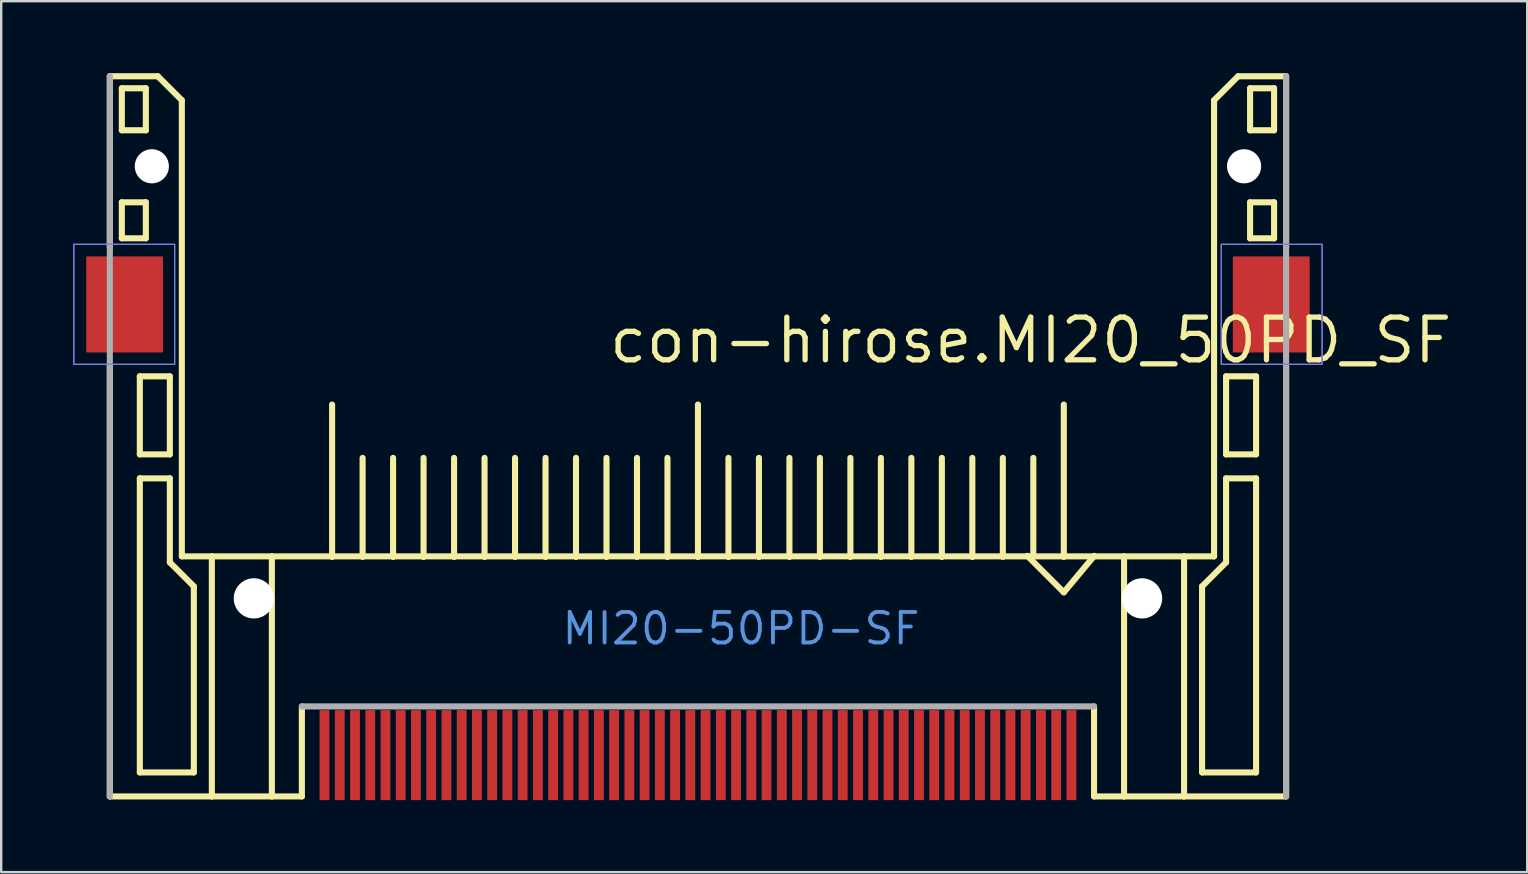
<source format=kicad_pcb>
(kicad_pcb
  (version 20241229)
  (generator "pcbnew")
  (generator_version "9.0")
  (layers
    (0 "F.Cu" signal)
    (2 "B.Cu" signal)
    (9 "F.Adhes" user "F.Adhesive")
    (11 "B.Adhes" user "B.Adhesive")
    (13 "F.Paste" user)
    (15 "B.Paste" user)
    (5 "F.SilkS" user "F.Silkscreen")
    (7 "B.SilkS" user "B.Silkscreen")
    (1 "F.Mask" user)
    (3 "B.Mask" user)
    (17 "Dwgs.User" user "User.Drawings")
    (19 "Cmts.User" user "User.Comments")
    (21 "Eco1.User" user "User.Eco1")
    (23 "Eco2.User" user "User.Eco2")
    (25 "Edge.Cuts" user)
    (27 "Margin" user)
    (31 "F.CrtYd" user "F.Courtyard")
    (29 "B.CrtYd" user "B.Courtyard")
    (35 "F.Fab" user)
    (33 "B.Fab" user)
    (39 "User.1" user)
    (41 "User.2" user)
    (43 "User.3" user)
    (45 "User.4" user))
  (footprint "con-hirose.MI20_50PD_SF"
    (layer "F.Cu")
    (at 26.025 9.627)
    (property "Reference" "con-hirose.MI20_50PD_SF" (at -3.81 2.54 0) (layer "F.SilkS") (effects (font (size 1.778 1.778) (thickness 0.22)) (justify left bottom)))
    (attr smd)
    (fp_rect (start -25.826 2.223) (end -22.016 -2.223) (stroke (width 0.05) (type default)) (fill yes) (layer "F.Mask"))
    (fp_rect (start 22.066 2.223) (end 25.718 -2.223) (stroke (width 0.05) (type default)) (fill yes) (layer "F.Mask"))
    (fp_line (start -24.5 -2.36) (end -24.5 -9.5) (stroke (width 0.254) (type default)) (layer "F.SilkS"))
    (fp_line (start -24.5 20.5) (end -24.5 2.565) (stroke (width 0.254) (type default)) (layer "F.SilkS"))
    (fp_line (start -24 -9) (end -23 -9) (stroke (width 0.254) (type default)) (layer "F.SilkS"))
    (fp_line (start -24 -7.25) (end -24 -9) (stroke (width 0.254) (type default)) (layer "F.SilkS"))
    (fp_line (start -24 -4.25) (end -23 -4.25) (stroke (width 0.254) (type default)) (layer "F.SilkS"))
    (fp_line (start -24 -2.75) (end -24 -4.25) (stroke (width 0.254) (type default)) (layer "F.SilkS"))
    (fp_line (start -23.25 3) (end -23.25 6.25) (stroke (width 0.254) (type default)) (layer "F.SilkS"))
    (fp_line (start -23.25 6.25) (end -22 6.25) (stroke (width 0.254) (type default)) (layer "F.SilkS"))
    (fp_line (start -23.25 7.25) (end -23.25 19.5) (stroke (width 0.254) (type default)) (layer "F.SilkS"))
    (fp_line (start -23.25 19.5) (end -21 19.5) (stroke (width 0.254) (type default)) (layer "F.SilkS"))
    (fp_line (start -23 -9) (end -23 -7.25) (stroke (width 0.254) (type default)) (layer "F.SilkS"))
    (fp_line (start -23 -7.25) (end -24 -7.25) (stroke (width 0.254) (type default)) (layer "F.SilkS"))
    (fp_line (start -23 -4.25) (end -23 -2.75) (stroke (width 0.254) (type default)) (layer "F.SilkS"))
    (fp_line (start -23 -2.75) (end -24 -2.75) (stroke (width 0.254) (type default)) (layer "F.SilkS"))
    (fp_line (start -22.5 -9.5) (end -24.5 -9.5) (stroke (width 0.254) (type default)) (layer "F.SilkS"))
    (fp_line (start -22 3) (end -23.25 3) (stroke (width 0.254) (type default)) (layer "F.SilkS"))
    (fp_line (start -22 6.25) (end -22 3) (stroke (width 0.254) (type default)) (layer "F.SilkS"))
    (fp_line (start -22 7.25) (end -23.25 7.25) (stroke (width 0.254) (type default)) (layer "F.SilkS"))
    (fp_line (start -22 10.75) (end -22 7.25) (stroke (width 0.254) (type default)) (layer "F.SilkS"))
    (fp_line (start -21.5 -8.5) (end -22.5 -9.5) (stroke (width 0.254) (type default)) (layer "F.SilkS"))
    (fp_line (start -21.5 10.5) (end -21.5 -8.5) (stroke (width 0.254) (type default)) (layer "F.SilkS"))
    (fp_line (start -21.5 10.5) (end -20.25 10.5) (stroke (width 0.254) (type default)) (layer "F.SilkS"))
    (fp_line (start -21 11.75) (end -22 10.75) (stroke (width 0.254) (type default)) (layer "F.SilkS"))
    (fp_line (start -21 19.5) (end -21 11.75) (stroke (width 0.254) (type default)) (layer "F.SilkS"))
    (fp_line (start -20.25 10.5) (end -20.25 20.5) (stroke (width 0.254) (type default)) (layer "F.SilkS"))
    (fp_line (start -20.25 10.5) (end -17.75 10.5) (stroke (width 0.254) (type default)) (layer "F.SilkS"))
    (fp_line (start -20.25 20.5) (end -24.5 20.5) (stroke (width 0.254) (type default)) (layer "F.SilkS"))
    (fp_line (start -17.75 10.5) (end -17.75 20.5) (stroke (width 0.254) (type default)) (layer "F.SilkS"))
    (fp_line (start -17.75 10.5) (end 17.75 10.5) (stroke (width 0.254) (type default)) (layer "F.SilkS"))
    (fp_line (start -17.75 20.5) (end -20.25 20.5) (stroke (width 0.254) (type default)) (layer "F.SilkS"))
    (fp_line (start -16.5 16.75) (end -16.5 20.5) (stroke (width 0.254) (type default)) (layer "F.SilkS"))
    (fp_line (start -16.5 20.5) (end -17.75 20.5) (stroke (width 0.254) (type default)) (layer "F.SilkS"))
    (fp_line (start -15.24 10.525) (end -15.24 4.175) (stroke (width 0.254) (type default)) (layer "F.SilkS"))
    (fp_line (start -13.97 10.525) (end -13.97 6.397) (stroke (width 0.254) (type default)) (layer "F.SilkS"))
    (fp_line (start -12.7 10.525) (end -12.7 6.397) (stroke (width 0.254) (type default)) (layer "F.SilkS"))
    (fp_line (start -11.43 10.525) (end -11.43 6.397) (stroke (width 0.254) (type default)) (layer "F.SilkS"))
    (fp_line (start -10.16 10.525) (end -10.16 6.397) (stroke (width 0.254) (type default)) (layer "F.SilkS"))
    (fp_line (start -8.89 10.525) (end -8.89 6.397) (stroke (width 0.254) (type default)) (layer "F.SilkS"))
    (fp_line (start -7.62 10.525) (end -7.62 6.397) (stroke (width 0.254) (type default)) (layer "F.SilkS"))
    (fp_line (start -6.35 10.525) (end -6.35 6.397) (stroke (width 0.254) (type default)) (layer "F.SilkS"))
    (fp_line (start -5.08 10.525) (end -5.08 6.397) (stroke (width 0.254) (type default)) (layer "F.SilkS"))
    (fp_line (start -3.81 10.525) (end -3.81 6.397) (stroke (width 0.254) (type default)) (layer "F.SilkS"))
    (fp_line (start -2.54 10.525) (end -2.54 6.397) (stroke (width 0.254) (type default)) (layer "F.SilkS"))
    (fp_line (start -1.27 10.525) (end -1.27 6.397) (stroke (width 0.254) (type default)) (layer "F.SilkS"))
    (fp_line (start 0 10.525) (end 0 4.175) (stroke (width 0.254) (type default)) (layer "F.SilkS"))
    (fp_line (start 1.27 10.525) (end 1.27 6.397) (stroke (width 0.254) (type default)) (layer "F.SilkS"))
    (fp_line (start 2.54 10.525) (end 2.54 6.397) (stroke (width 0.254) (type default)) (layer "F.SilkS"))
    (fp_line (start 3.81 10.525) (end 3.81 6.397) (stroke (width 0.254) (type default)) (layer "F.SilkS"))
    (fp_line (start 5.08 10.525) (end 5.08 6.397) (stroke (width 0.254) (type default)) (layer "F.SilkS"))
    (fp_line (start 6.35 10.525) (end 6.35 6.397) (stroke (width 0.254) (type default)) (layer "F.SilkS"))
    (fp_line (start 7.62 10.525) (end 7.62 6.397) (stroke (width 0.254) (type default)) (layer "F.SilkS"))
    (fp_line (start 8.89 10.525) (end 8.89 6.397) (stroke (width 0.254) (type default)) (layer "F.SilkS"))
    (fp_line (start 10.16 10.525) (end 10.16 6.397) (stroke (width 0.254) (type default)) (layer "F.SilkS"))
    (fp_line (start 11.43 10.525) (end 11.43 6.397) (stroke (width 0.254) (type default)) (layer "F.SilkS"))
    (fp_line (start 12.7 10.525) (end 12.7 6.397) (stroke (width 0.254) (type default)) (layer "F.SilkS"))
    (fp_line (start 13.97 10.525) (end 13.97 6.397) (stroke (width 0.254) (type default)) (layer "F.SilkS"))
    (fp_line (start 15.24 10.525) (end 15.24 4.175) (stroke (width 0.254) (type default)) (layer "F.SilkS"))
    (fp_line (start 15.24 11.998) (end 13.72 10.477) (stroke (width 0.254) (type default)) (layer "F.SilkS"))
    (fp_line (start 15.24 11.998) (end 16.51 10.477) (stroke (width 0.254) (type default)) (layer "F.SilkS"))
    (fp_line (start 16.5 20.5) (end 16.5 16.75) (stroke (width 0.254) (type default)) (layer "F.SilkS"))
    (fp_line (start 17.75 10.5) (end 17.75 20.5) (stroke (width 0.254) (type default)) (layer "F.SilkS"))
    (fp_line (start 17.75 10.5) (end 20.25 10.5) (stroke (width 0.254) (type default)) (layer "F.SilkS"))
    (fp_line (start 17.75 20.5) (end 16.5 20.5) (stroke (width 0.254) (type default)) (layer "F.SilkS"))
    (fp_line (start 20.25 10.5) (end 21.5 10.5) (stroke (width 0.254) (type default)) (layer "F.SilkS"))
    (fp_line (start 20.25 20.5) (end 17.75 20.5) (stroke (width 0.254) (type default)) (layer "F.SilkS"))
    (fp_line (start 20.25 20.5) (end 20.25 10.5) (stroke (width 0.254) (type default)) (layer "F.SilkS"))
    (fp_line (start 21 11.75) (end 21 19.5) (stroke (width 0.254) (type default)) (layer "F.SilkS"))
    (fp_line (start 21 19.5) (end 23.25 19.5) (stroke (width 0.254) (type default)) (layer "F.SilkS"))
    (fp_line (start 21.5 -8.5) (end 22.5 -9.5) (stroke (width 0.254) (type default)) (layer "F.SilkS"))
    (fp_line (start 21.5 10.5) (end 21.5 -8.5) (stroke (width 0.254) (type default)) (layer "F.SilkS"))
    (fp_line (start 22 3) (end 22 6.25) (stroke (width 0.254) (type default)) (layer "F.SilkS"))
    (fp_line (start 22 6.25) (end 23.25 6.25) (stroke (width 0.254) (type default)) (layer "F.SilkS"))
    (fp_line (start 22 7.25) (end 22 10.75) (stroke (width 0.254) (type default)) (layer "F.SilkS"))
    (fp_line (start 22 10.75) (end 21 11.75) (stroke (width 0.254) (type default)) (layer "F.SilkS"))
    (fp_line (start 23 -9) (end 24 -9) (stroke (width 0.254) (type default)) (layer "F.SilkS"))
    (fp_line (start 23 -7.25) (end 23 -9) (stroke (width 0.254) (type default)) (layer "F.SilkS"))
    (fp_line (start 23 -4.25) (end 23 -2.75) (stroke (width 0.254) (type default)) (layer "F.SilkS"))
    (fp_line (start 23 -2.75) (end 24 -2.75) (stroke (width 0.254) (type default)) (layer "F.SilkS"))
    (fp_line (start 23.25 3) (end 22 3) (stroke (width 0.254) (type default)) (layer "F.SilkS"))
    (fp_line (start 23.25 6.25) (end 23.25 3) (stroke (width 0.254) (type default)) (layer "F.SilkS"))
    (fp_line (start 23.25 7.25) (end 22 7.25) (stroke (width 0.254) (type default)) (layer "F.SilkS"))
    (fp_line (start 23.25 19.5) (end 23.25 7.25) (stroke (width 0.254) (type default)) (layer "F.SilkS"))
    (fp_line (start 24 -9) (end 24 -7.25) (stroke (width 0.254) (type default)) (layer "F.SilkS"))
    (fp_line (start 24 -7.25) (end 23 -7.25) (stroke (width 0.254) (type default)) (layer "F.SilkS"))
    (fp_line (start 24 -4.25) (end 23 -4.25) (stroke (width 0.254) (type default)) (layer "F.SilkS"))
    (fp_line (start 24 -2.75) (end 24 -4.25) (stroke (width 0.254) (type default)) (layer "F.SilkS"))
    (fp_line (start 24.5 -9.5) (end 22.5 -9.5) (stroke (width 0.254) (type default)) (layer "F.SilkS"))
    (fp_line (start 24.5 -9.5) (end 24.5 -2.36) (stroke (width 0.254) (type default)) (layer "F.SilkS"))
    (fp_line (start 24.5 2.565) (end 24.5 20.5) (stroke (width 0.254) (type default)) (layer "F.SilkS"))
    (fp_line (start 24.5 20.5) (end 20.25 20.5) (stroke (width 0.254) (type default)) (layer "F.SilkS"))
    (fp_rect (start -26 2.5) (end -21.8 -2.5) (stroke (width 0.05) (type default)) (fill no) (layer "Cmts.User"))
    (fp_rect (start 21.8 2.5) (end 26 -2.5) (stroke (width 0.05) (type default)) (fill no) (layer "Cmts.User"))
    (fp_rect (start -26 2.5) (end -21.8 -2.5) (stroke (width 0.05) (type default)) (fill no) (layer "F.CrtYd"))
    (fp_rect (start 21.8 2.5) (end 26 -2.5) (stroke (width 0.05) (type default)) (fill no) (layer "F.CrtYd"))
    (fp_line (start -24.5 20.5) (end -24.5 -9.5) (stroke (width 0.254) (type default)) (layer "F.Fab"))
    (fp_line (start 16.5 16.75) (end -16.5 16.75) (stroke (width 0.254) (type default)) (layer "F.Fab"))
    (fp_line (start 24.5 -9.5) (end 24.5 20.5) (stroke (width 0.254) (type default)) (layer "F.Fab"))
    (fp_text user "MI20-50PD-SF" (at -5.75 14.25 0) (layer "Cmts.User") (effects (font (size 1.27 1.27) (thickness 0.16)) (justify left bottom)))
    (pad "" np_thru_hole circle (at -22.75 -5.75) (size 1.422 1.422) (drill 1.422) (layers "*.Cu" "*.Mask"))
    (pad "" np_thru_hole circle (at -18.5 12.25) (size 1.676 1.676) (drill 1.676) (layers "*.Cu" "*.Mask"))
    (pad "" np_thru_hole circle (at 18.5 12.25) (size 1.676 1.676) (drill 1.676) (layers "*.Cu" "*.Mask"))
    (pad "" np_thru_hole circle (at 22.75 -5.75) (size 1.422 1.422) (drill 1.422) (layers "*.Cu" "*.Mask"))
    (pad "1" smd roundrect (at 15.557 18.78) (size 0.41 3.75) (layers "F.Cu" "F.Mask" "F.Paste") (roundrect_rratio 0.01))
    (pad "2" smd roundrect (at 14.287 18.78) (size 0.41 3.75) (layers "F.Cu" "F.Mask" "F.Paste") (roundrect_rratio 0.01))
    (pad "3" smd roundrect (at 13.018 18.78) (size 0.41 3.75) (layers "F.Cu" "F.Mask" "F.Paste") (roundrect_rratio 0.01))
    (pad "4" smd roundrect (at 11.748 18.78) (size 0.41 3.75) (layers "F.Cu" "F.Mask" "F.Paste") (roundrect_rratio 0.01))
    (pad "5" smd roundrect (at 10.477 18.78) (size 0.41 3.75) (layers "F.Cu" "F.Mask" "F.Paste") (roundrect_rratio 0.01))
    (pad "6" smd roundrect (at 9.207 18.78) (size 0.41 3.75) (layers "F.Cu" "F.Mask" "F.Paste") (roundrect_rratio 0.01))
    (pad "7" smd roundrect (at 7.938 18.78) (size 0.41 3.75) (layers "F.Cu" "F.Mask" "F.Paste") (roundrect_rratio 0.01))
    (pad "8" smd roundrect (at 6.668 18.78) (size 0.41 3.75) (layers "F.Cu" "F.Mask" "F.Paste") (roundrect_rratio 0.01))
    (pad "9" smd roundrect (at 5.397 18.78) (size 0.41 3.75) (layers "F.Cu" "F.Mask" "F.Paste") (roundrect_rratio 0.01))
    (pad "10" smd roundrect (at 4.128 18.78) (size 0.41 3.75) (layers "F.Cu" "F.Mask" "F.Paste") (roundrect_rratio 0.01))
    (pad "11" smd roundrect (at 2.857 18.78) (size 0.41 3.75) (layers "F.Cu" "F.Mask" "F.Paste") (roundrect_rratio 0.01))
    (pad "12" smd roundrect (at 1.587 18.78) (size 0.41 3.75) (layers "F.Cu" "F.Mask" "F.Paste") (roundrect_rratio 0.01))
    (pad "13" smd roundrect (at 0.318 18.78) (size 0.41 3.75) (layers "F.Cu" "F.Mask" "F.Paste") (roundrect_rratio 0.01))
    (pad "14" smd roundrect (at -0.953 18.78) (size 0.41 3.75) (layers "F.Cu" "F.Mask" "F.Paste") (roundrect_rratio 0.01))
    (pad "15" smd roundrect (at -2.223 18.78) (size 0.41 3.75) (layers "F.Cu" "F.Mask" "F.Paste") (roundrect_rratio 0.01))
    (pad "16" smd roundrect (at -3.493 18.78) (size 0.41 3.75) (layers "F.Cu" "F.Mask" "F.Paste") (roundrect_rratio 0.01))
    (pad "17" smd roundrect (at -4.763 18.78) (size 0.41 3.75) (layers "F.Cu" "F.Mask" "F.Paste") (roundrect_rratio 0.01))
    (pad "18" smd roundrect (at -6.032 18.78) (size 0.41 3.75) (layers "F.Cu" "F.Mask" "F.Paste") (roundrect_rratio 0.01))
    (pad "19" smd roundrect (at -7.303 18.78) (size 0.41 3.75) (layers "F.Cu" "F.Mask" "F.Paste") (roundrect_rratio 0.01))
    (pad "20" smd roundrect (at -8.572 18.78) (size 0.41 3.75) (layers "F.Cu" "F.Mask" "F.Paste") (roundrect_rratio 0.01))
    (pad "21" smd roundrect (at -9.842 18.78) (size 0.41 3.75) (layers "F.Cu" "F.Mask" "F.Paste") (roundrect_rratio 0.01))
    (pad "22" smd roundrect (at -11.113 18.78) (size 0.41 3.75) (layers "F.Cu" "F.Mask" "F.Paste") (roundrect_rratio 0.01))
    (pad "23" smd roundrect (at -12.383 18.78) (size 0.41 3.75) (layers "F.Cu" "F.Mask" "F.Paste") (roundrect_rratio 0.01))
    (pad "24" smd roundrect (at -13.652 18.78) (size 0.41 3.75) (layers "F.Cu" "F.Mask" "F.Paste") (roundrect_rratio 0.01))
    (pad "25" smd roundrect (at -14.922 18.78) (size 0.41 3.75) (layers "F.Cu" "F.Mask" "F.Paste") (roundrect_rratio 0.01))
    (pad "26" smd roundrect (at 14.922 18.78) (size 0.41 3.75) (layers "F.Cu" "F.Mask" "F.Paste") (roundrect_rratio 0.01))
    (pad "27" smd roundrect (at 13.652 18.78) (size 0.41 3.75) (layers "F.Cu" "F.Mask" "F.Paste") (roundrect_rratio 0.01))
    (pad "28" smd roundrect (at 12.383 18.78) (size 0.41 3.75) (layers "F.Cu" "F.Mask" "F.Paste") (roundrect_rratio 0.01))
    (pad "29" smd roundrect (at 11.113 18.78) (size 0.41 3.75) (layers "F.Cu" "F.Mask" "F.Paste") (roundrect_rratio 0.01))
    (pad "30" smd roundrect (at 9.842 18.78) (size 0.41 3.75) (layers "F.Cu" "F.Mask" "F.Paste") (roundrect_rratio 0.01))
    (pad "31" smd roundrect (at 8.572 18.78) (size 0.41 3.75) (layers "F.Cu" "F.Mask" "F.Paste") (roundrect_rratio 0.01))
    (pad "32" smd roundrect (at 7.303 18.78) (size 0.41 3.75) (layers "F.Cu" "F.Mask" "F.Paste") (roundrect_rratio 0.01))
    (pad "33" smd roundrect (at 6.032 18.78) (size 0.41 3.75) (layers "F.Cu" "F.Mask" "F.Paste") (roundrect_rratio 0.01))
    (pad "34" smd roundrect (at 4.763 18.78) (size 0.41 3.75) (layers "F.Cu" "F.Mask" "F.Paste") (roundrect_rratio 0.01))
    (pad "35" smd roundrect (at 3.493 18.78) (size 0.41 3.75) (layers "F.Cu" "F.Mask" "F.Paste") (roundrect_rratio 0.01))
    (pad "36" smd roundrect (at 2.223 18.78) (size 0.41 3.75) (layers "F.Cu" "F.Mask" "F.Paste") (roundrect_rratio 0.01))
    (pad "37" smd roundrect (at 0.953 18.78) (size 0.41 3.75) (layers "F.Cu" "F.Mask" "F.Paste") (roundrect_rratio 0.01))
    (pad "38" smd roundrect (at -0.318 18.78) (size 0.41 3.75) (layers "F.Cu" "F.Mask" "F.Paste") (roundrect_rratio 0.01))
    (pad "39" smd roundrect (at -1.587 18.78) (size 0.41 3.75) (layers "F.Cu" "F.Mask" "F.Paste") (roundrect_rratio 0.01))
    (pad "40" smd roundrect (at -2.857 18.78) (size 0.41 3.75) (layers "F.Cu" "F.Mask" "F.Paste") (roundrect_rratio 0.01))
    (pad "41" smd roundrect (at -4.128 18.78) (size 0.41 3.75) (layers "F.Cu" "F.Mask" "F.Paste") (roundrect_rratio 0.01))
    (pad "42" smd roundrect (at -5.397 18.78) (size 0.41 3.75) (layers "F.Cu" "F.Mask" "F.Paste") (roundrect_rratio 0.01))
    (pad "43" smd roundrect (at -6.668 18.78) (size 0.41 3.75) (layers "F.Cu" "F.Mask" "F.Paste") (roundrect_rratio 0.01))
    (pad "44" smd roundrect (at -7.938 18.78) (size 0.41 3.75) (layers "F.Cu" "F.Mask" "F.Paste") (roundrect_rratio 0.01))
    (pad "45" smd roundrect (at -9.207 18.78) (size 0.41 3.75) (layers "F.Cu" "F.Mask" "F.Paste") (roundrect_rratio 0.01))
    (pad "46" smd roundrect (at -10.477 18.78) (size 0.41 3.75) (layers "F.Cu" "F.Mask" "F.Paste") (roundrect_rratio 0.01))
    (pad "47" smd roundrect (at -11.748 18.78) (size 0.41 3.75) (layers "F.Cu" "F.Mask" "F.Paste") (roundrect_rratio 0.01))
    (pad "48" smd roundrect (at -13.018 18.78) (size 0.41 3.75) (layers "F.Cu" "F.Mask" "F.Paste") (roundrect_rratio 0.01))
    (pad "49" smd roundrect (at -14.287 18.78) (size 0.41 3.75) (layers "F.Cu" "F.Mask" "F.Paste") (roundrect_rratio 0.01))
    (pad "50" smd roundrect (at -15.557 18.78) (size 0.41 3.75) (layers "F.Cu" "F.Mask" "F.Paste") (roundrect_rratio 0.01))
    (pad "M1" smd roundrect (at -23.883 0.005) (size 3.2 4) (layers "F.Cu" "F.Mask" "F.Paste") (roundrect_rratio 0.01))
    (pad "M2" smd roundrect (at 23.883 0.005) (size 3.2 4) (layers "F.Cu" "F.Mask" "F.Paste") (roundrect_rratio 0.01)))
  (gr_rect
    (start -3 -3)
    (end 60.571 33.282)
    (stroke (width 0.1) (type default))
    (fill no)
    (layer "Edge.Cuts")))
</source>
